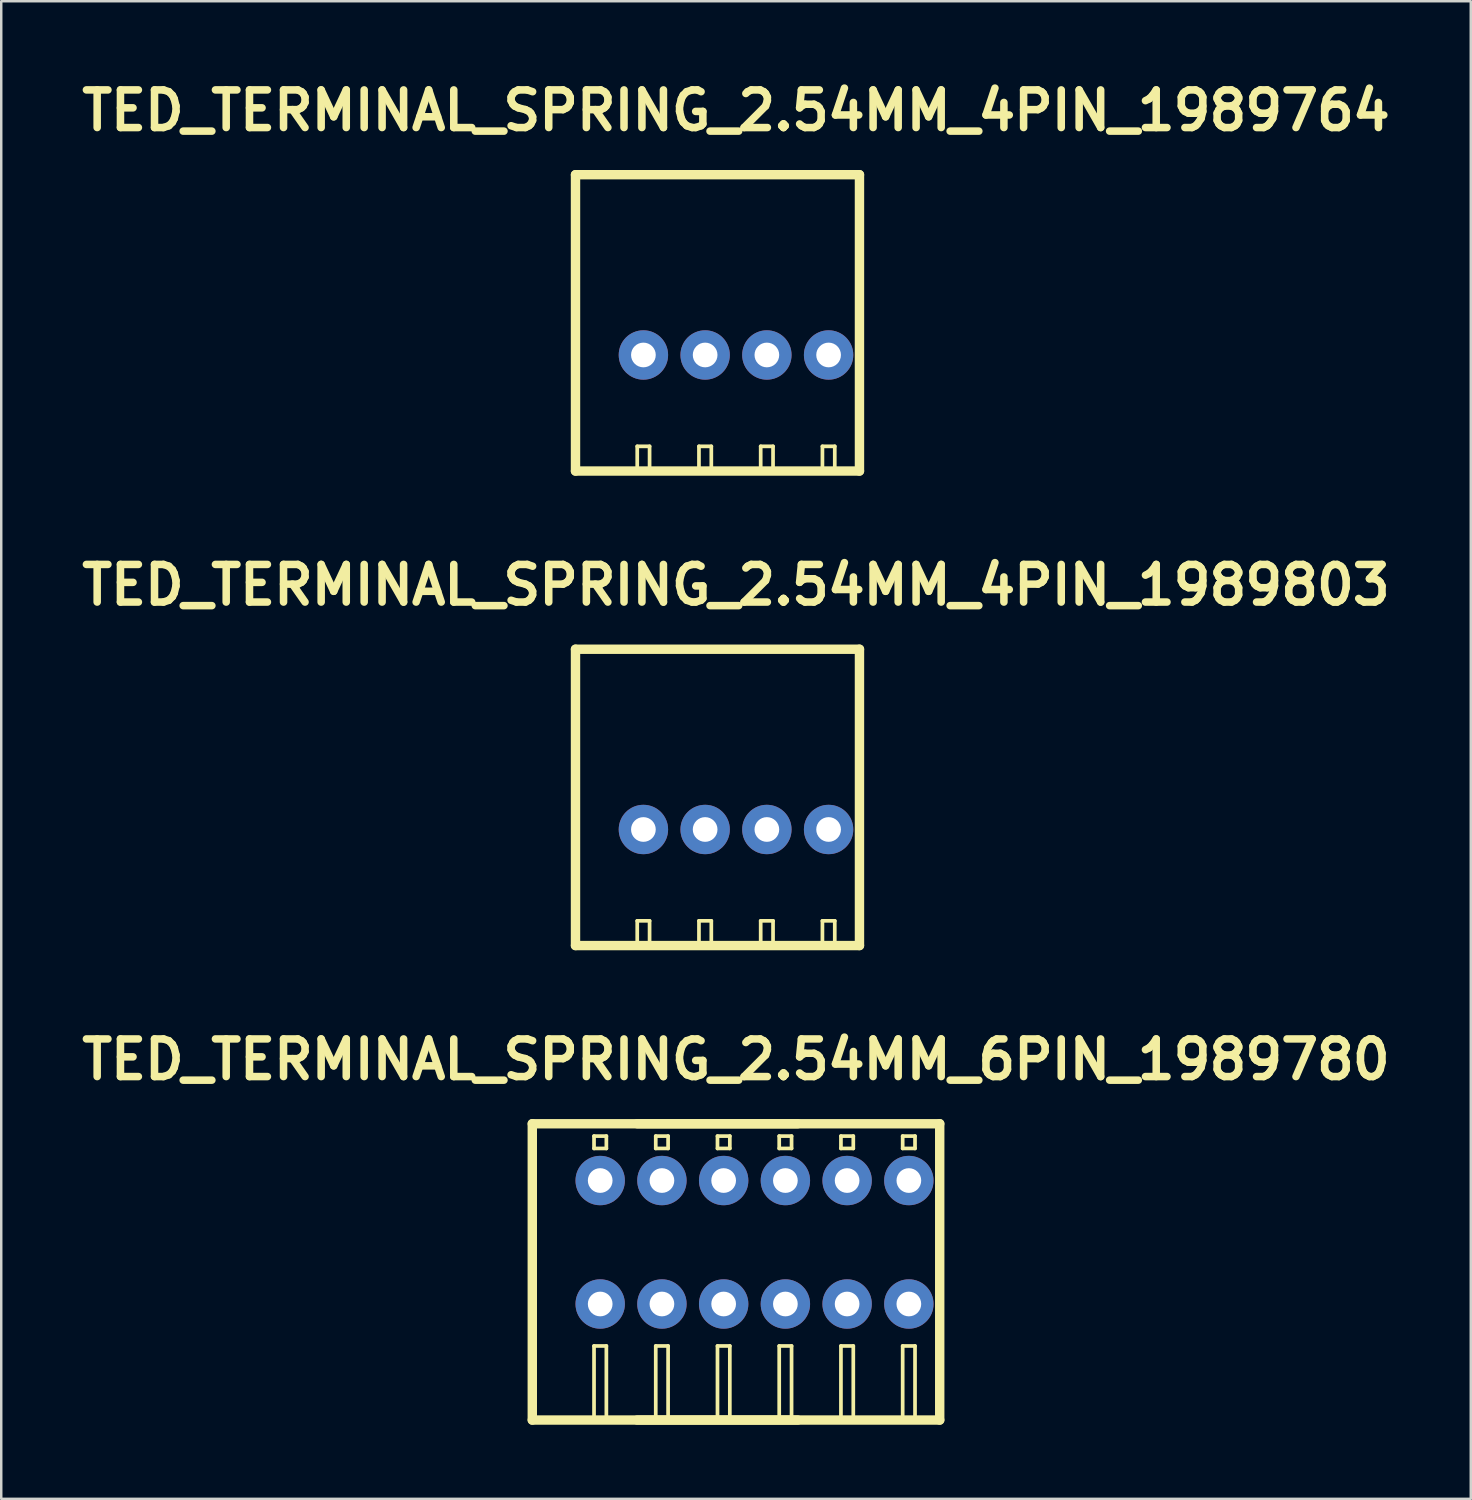
<source format=kicad_pcb>
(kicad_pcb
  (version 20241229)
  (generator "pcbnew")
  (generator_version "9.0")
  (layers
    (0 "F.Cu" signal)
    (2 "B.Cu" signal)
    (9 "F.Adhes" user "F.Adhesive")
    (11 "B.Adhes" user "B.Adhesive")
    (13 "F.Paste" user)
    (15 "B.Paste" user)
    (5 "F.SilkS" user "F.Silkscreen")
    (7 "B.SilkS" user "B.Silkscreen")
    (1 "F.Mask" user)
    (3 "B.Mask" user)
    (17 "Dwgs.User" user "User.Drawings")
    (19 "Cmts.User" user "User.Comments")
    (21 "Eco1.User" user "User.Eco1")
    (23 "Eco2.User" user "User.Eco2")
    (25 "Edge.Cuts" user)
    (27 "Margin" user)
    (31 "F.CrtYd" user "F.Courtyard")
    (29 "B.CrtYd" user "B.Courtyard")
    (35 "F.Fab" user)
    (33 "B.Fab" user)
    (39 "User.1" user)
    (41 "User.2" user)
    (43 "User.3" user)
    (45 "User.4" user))
  (footprint "TED_TERMINAL_SPRING_2.54MM_4PIN_1989803"
    (layer "F.Cu")
    (at 26.757 29.243)
    (property "Reference" "TED_TERMINAL_SPRING_2.54MM_4PIN_1989803" (at 0 -8.6 0) (layer "F.SilkS") (effects (font (size 1.524 1.524) (thickness 0.305))))
    (attr through_hole)
    (fp_line (start -6.5 -6) (end -6.5 6) (stroke (width 0.381) (type solid)) (layer "F.SilkS"))
    (fp_line (start -6.5 6) (end 5 6) (stroke (width 0.381) (type solid)) (layer "F.SilkS"))
    (fp_line (start -4 5) (end -3.5 5) (stroke (width 0.15) (type solid)) (layer "F.SilkS"))
    (fp_line (start -4 6) (end -4 5) (stroke (width 0.15) (type solid)) (layer "F.SilkS"))
    (fp_line (start -3.5 5) (end -3.5 6) (stroke (width 0.15) (type solid)) (layer "F.SilkS"))
    (fp_line (start -1.5 5) (end -1 5) (stroke (width 0.15) (type solid)) (layer "F.SilkS"))
    (fp_line (start -1.5 6) (end -1.5 5) (stroke (width 0.15) (type solid)) (layer "F.SilkS"))
    (fp_line (start -1 5) (end -1 6) (stroke (width 0.15) (type solid)) (layer "F.SilkS"))
    (fp_line (start 1 5) (end 1.5 5) (stroke (width 0.15) (type solid)) (layer "F.SilkS"))
    (fp_line (start 1 6) (end 1 5) (stroke (width 0.15) (type solid)) (layer "F.SilkS"))
    (fp_line (start 1.5 5) (end 1.5 6) (stroke (width 0.15) (type solid)) (layer "F.SilkS"))
    (fp_line (start 3.5 5) (end 4 5) (stroke (width 0.15) (type solid)) (layer "F.SilkS"))
    (fp_line (start 3.5 6) (end 3.5 5) (stroke (width 0.15) (type solid)) (layer "F.SilkS"))
    (fp_line (start 4 5) (end 4 6) (stroke (width 0.15) (type solid)) (layer "F.SilkS"))
    (fp_line (start 5 -6) (end -6.5 -6) (stroke (width 0.381) (type solid)) (layer "F.SilkS"))
    (fp_line (start 5 6) (end 5 -6) (stroke (width 0.381) (type solid)) (layer "F.SilkS"))
    (pad "1" thru_hole circle (at -3.75 1.3) (size 2 2) (drill 1) (layers "*.Cu" "*.Mask"))
    (pad "2" thru_hole circle (at -1.25 1.3) (size 2 2) (drill 1) (layers "*.Cu" "*.Mask"))
    (pad "3" thru_hole circle (at 1.25 1.3) (size 2 2) (drill 1) (layers "*.Cu" "*.Mask"))
    (pad "4" thru_hole circle (at 3.75 1.3) (size 2 2) (drill 1) (layers "*.Cu" "*.Mask")))
  (footprint "TED_TERMINAL_SPRING_2.54MM_4PIN_1989764"
    (layer "F.Cu")
    (at 26.757 10.026)
    (property "Reference" "TED_TERMINAL_SPRING_2.54MM_4PIN_1989764" (at 0 -8.6 0) (layer "F.SilkS") (effects (font (size 1.524 1.524) (thickness 0.305))))
    (attr through_hole)
    (fp_line (start -6.5 -6) (end -6.5 6) (stroke (width 0.381) (type solid)) (layer "F.SilkS"))
    (fp_line (start -6.5 6) (end 5 6) (stroke (width 0.381) (type solid)) (layer "F.SilkS"))
    (fp_line (start -4 5) (end -3.5 5) (stroke (width 0.15) (type solid)) (layer "F.SilkS"))
    (fp_line (start -4 6) (end -4 5) (stroke (width 0.15) (type solid)) (layer "F.SilkS"))
    (fp_line (start -3.5 5) (end -3.5 6) (stroke (width 0.15) (type solid)) (layer "F.SilkS"))
    (fp_line (start -1.5 5) (end -1 5) (stroke (width 0.15) (type solid)) (layer "F.SilkS"))
    (fp_line (start -1.5 6) (end -1.5 5) (stroke (width 0.15) (type solid)) (layer "F.SilkS"))
    (fp_line (start -1 5) (end -1 6) (stroke (width 0.15) (type solid)) (layer "F.SilkS"))
    (fp_line (start 1 5) (end 1.5 5) (stroke (width 0.15) (type solid)) (layer "F.SilkS"))
    (fp_line (start 1 6) (end 1 5) (stroke (width 0.15) (type solid)) (layer "F.SilkS"))
    (fp_line (start 1.5 5) (end 1.5 6) (stroke (width 0.15) (type solid)) (layer "F.SilkS"))
    (fp_line (start 3.5 5) (end 4 5) (stroke (width 0.15) (type solid)) (layer "F.SilkS"))
    (fp_line (start 3.5 6) (end 3.5 5) (stroke (width 0.15) (type solid)) (layer "F.SilkS"))
    (fp_line (start 4 5) (end 4 6) (stroke (width 0.15) (type solid)) (layer "F.SilkS"))
    (fp_line (start 5 -6) (end -6.5 -6) (stroke (width 0.381) (type solid)) (layer "F.SilkS"))
    (fp_line (start 5 6) (end 5 -6) (stroke (width 0.381) (type solid)) (layer "F.SilkS"))
    (pad "1" thru_hole circle (at -3.75 1.3) (size 2 2) (drill 1) (layers "*.Cu" "*.Mask"))
    (pad "2" thru_hole circle (at -1.25 1.3) (size 2 2) (drill 1) (layers "*.Cu" "*.Mask"))
    (pad "3" thru_hole circle (at 1.25 1.3) (size 2 2) (drill 1) (layers "*.Cu" "*.Mask"))
    (pad "4" thru_hole circle (at 3.75 1.3) (size 2 2) (drill 1) (layers "*.Cu" "*.Mask")))
  (footprint "TED_TERMINAL_SPRING_2.54MM_6PIN_1989780"
    (layer "F.Cu")
    (at 26.757 48.46)
    (property "Reference" "TED_TERMINAL_SPRING_2.54MM_6PIN_1989780" (at 0 -8.6 0) (layer "F.SilkS") (effects (font (size 1.524 1.524) (thickness 0.305))))
    (attr through_hole)
    (fp_line (start -8.25 -6) (end -8.25 6) (stroke (width 0.381) (type solid)) (layer "F.SilkS"))
    (fp_line (start -8.25 6) (end 8.25 6) (stroke (width 0.381) (type solid)) (layer "F.SilkS"))
    (fp_line (start -5.75 -5.5) (end -5.75 -5) (stroke (width 0.15) (type solid)) (layer "F.SilkS"))
    (fp_line (start -5.75 -5.5) (end -5.25 -5.5) (stroke (width 0.15) (type solid)) (layer "F.SilkS"))
    (fp_line (start -5.75 -5) (end -5.25 -5) (stroke (width 0.15) (type solid)) (layer "F.SilkS"))
    (fp_line (start -5.75 3) (end -5.75 6) (stroke (width 0.15) (type solid)) (layer "F.SilkS"))
    (fp_line (start -5.75 3) (end -5.25 3) (stroke (width 0.15) (type solid)) (layer "F.SilkS"))
    (fp_line (start -5.25 -5.5) (end -5.25 -5) (stroke (width 0.15) (type solid)) (layer "F.SilkS"))
    (fp_line (start -5.25 3) (end -5.25 6) (stroke (width 0.15) (type solid)) (layer "F.SilkS"))
    (fp_line (start -4 6) (end 2.5 6) (stroke (width 0.381) (type solid)) (layer "F.SilkS"))
    (fp_line (start -3.25 -5.5) (end -3.25 -5) (stroke (width 0.15) (type solid)) (layer "F.SilkS"))
    (fp_line (start -3.25 -5.5) (end -2.75 -5.5) (stroke (width 0.15) (type solid)) (layer "F.SilkS"))
    (fp_line (start -3.25 -5) (end -2.75 -5) (stroke (width 0.15) (type solid)) (layer "F.SilkS"))
    (fp_line (start -3.25 3) (end -3.25 6) (stroke (width 0.15) (type solid)) (layer "F.SilkS"))
    (fp_line (start -3.25 3) (end -2.75 3) (stroke (width 0.15) (type solid)) (layer "F.SilkS"))
    (fp_line (start -2.75 -5.5) (end -2.75 -5) (stroke (width 0.15) (type solid)) (layer "F.SilkS"))
    (fp_line (start -2.75 3) (end -2.75 6) (stroke (width 0.15) (type solid)) (layer "F.SilkS"))
    (fp_line (start -0.75 -5.5) (end -0.75 -5) (stroke (width 0.15) (type solid)) (layer "F.SilkS"))
    (fp_line (start -0.75 -5.5) (end -0.25 -5.5) (stroke (width 0.15) (type solid)) (layer "F.SilkS"))
    (fp_line (start -0.75 -5) (end -0.25 -5) (stroke (width 0.15) (type solid)) (layer "F.SilkS"))
    (fp_line (start -0.75 3) (end -0.75 6) (stroke (width 0.15) (type solid)) (layer "F.SilkS"))
    (fp_line (start -0.75 3) (end -0.25 3) (stroke (width 0.15) (type solid)) (layer "F.SilkS"))
    (fp_line (start -0.25 -5.5) (end -0.25 -5) (stroke (width 0.15) (type solid)) (layer "F.SilkS"))
    (fp_line (start -0.25 3) (end -0.25 6) (stroke (width 0.15) (type solid)) (layer "F.SilkS"))
    (fp_line (start 1.75 -5.5) (end 1.75 -5) (stroke (width 0.15) (type solid)) (layer "F.SilkS"))
    (fp_line (start 1.75 -5.5) (end 2.25 -5.5) (stroke (width 0.15) (type solid)) (layer "F.SilkS"))
    (fp_line (start 1.75 -5) (end 2.25 -5) (stroke (width 0.15) (type solid)) (layer "F.SilkS"))
    (fp_line (start 1.75 3) (end 1.75 6) (stroke (width 0.15) (type solid)) (layer "F.SilkS"))
    (fp_line (start 1.75 3) (end 2.25 3) (stroke (width 0.15) (type solid)) (layer "F.SilkS"))
    (fp_line (start 2.25 -5.5) (end 2.25 -5) (stroke (width 0.15) (type solid)) (layer "F.SilkS"))
    (fp_line (start 2.25 3) (end 2.25 6) (stroke (width 0.15) (type solid)) (layer "F.SilkS"))
    (fp_line (start 2.5 -6) (end -4 -6) (stroke (width 0.381) (type solid)) (layer "F.SilkS"))
    (fp_line (start 4.25 -5.5) (end 4.25 -5) (stroke (width 0.15) (type solid)) (layer "F.SilkS"))
    (fp_line (start 4.25 -5.5) (end 4.75 -5.5) (stroke (width 0.15) (type solid)) (layer "F.SilkS"))
    (fp_line (start 4.25 -5) (end 4.75 -5) (stroke (width 0.15) (type solid)) (layer "F.SilkS"))
    (fp_line (start 4.25 3) (end 4.25 6) (stroke (width 0.15) (type solid)) (layer "F.SilkS"))
    (fp_line (start 4.25 3) (end 4.75 3) (stroke (width 0.15) (type solid)) (layer "F.SilkS"))
    (fp_line (start 4.75 -5.5) (end 4.75 -5) (stroke (width 0.15) (type solid)) (layer "F.SilkS"))
    (fp_line (start 4.75 3) (end 4.75 6) (stroke (width 0.15) (type solid)) (layer "F.SilkS"))
    (fp_line (start 6.75 -5.5) (end 6.75 -5) (stroke (width 0.15) (type solid)) (layer "F.SilkS"))
    (fp_line (start 6.75 -5.5) (end 7.25 -5.5) (stroke (width 0.15) (type solid)) (layer "F.SilkS"))
    (fp_line (start 6.75 -5) (end 7.25 -5) (stroke (width 0.15) (type solid)) (layer "F.SilkS"))
    (fp_line (start 6.75 3) (end 6.75 6) (stroke (width 0.15) (type solid)) (layer "F.SilkS"))
    (fp_line (start 6.75 3) (end 7.25 3) (stroke (width 0.15) (type solid)) (layer "F.SilkS"))
    (fp_line (start 7.25 -5.5) (end 7.25 -5) (stroke (width 0.15) (type solid)) (layer "F.SilkS"))
    (fp_line (start 7.25 3) (end 7.25 6) (stroke (width 0.15) (type solid)) (layer "F.SilkS"))
    (fp_line (start 8.25 -6) (end -8.25 -6) (stroke (width 0.381) (type solid)) (layer "F.SilkS"))
    (fp_line (start 8.25 6) (end 8.25 -6) (stroke (width 0.381) (type solid)) (layer "F.SilkS"))
    (pad "1" thru_hole circle (at -5.5 -3.7) (size 2 2) (drill 1) (layers "*.Cu" "*.Mask"))
    (pad "1" thru_hole circle (at -5.5 1.3) (size 2 2) (drill 1) (layers "*.Cu" "*.Mask"))
    (pad "2" thru_hole circle (at -3 -3.7) (size 2 2) (drill 1) (layers "*.Cu" "*.Mask"))
    (pad "2" thru_hole circle (at -3 1.3) (size 2 2) (drill 1) (layers "*.Cu" "*.Mask"))
    (pad "3" thru_hole circle (at -0.5 -3.7) (size 2 2) (drill 1) (layers "*.Cu" "*.Mask"))
    (pad "3" thru_hole circle (at -0.5 1.3) (size 2 2) (drill 1) (layers "*.Cu" "*.Mask"))
    (pad "4" thru_hole circle (at 2 -3.7) (size 2 2) (drill 1) (layers "*.Cu" "*.Mask"))
    (pad "4" thru_hole circle (at 2 1.3) (size 2 2) (drill 1) (layers "*.Cu" "*.Mask"))
    (pad "5" thru_hole circle (at 4.5 -3.7) (size 2 2) (drill 1) (layers "*.Cu" "*.Mask"))
    (pad "5" thru_hole circle (at 4.5 1.3) (size 2 2) (drill 1) (layers "*.Cu" "*.Mask"))
    (pad "6" thru_hole circle (at 7 -3.7) (size 2 2) (drill 1) (layers "*.Cu" "*.Mask"))
    (pad "6" thru_hole circle (at 7 1.3) (size 2 2) (drill 1) (layers "*.Cu" "*.Mask")))
  (gr_rect
    (start -3 -3)
    (end 56.514 57.651)
    (stroke (width 0.1) (type default))
    (fill no)
    (layer "Edge.Cuts")))
</source>
